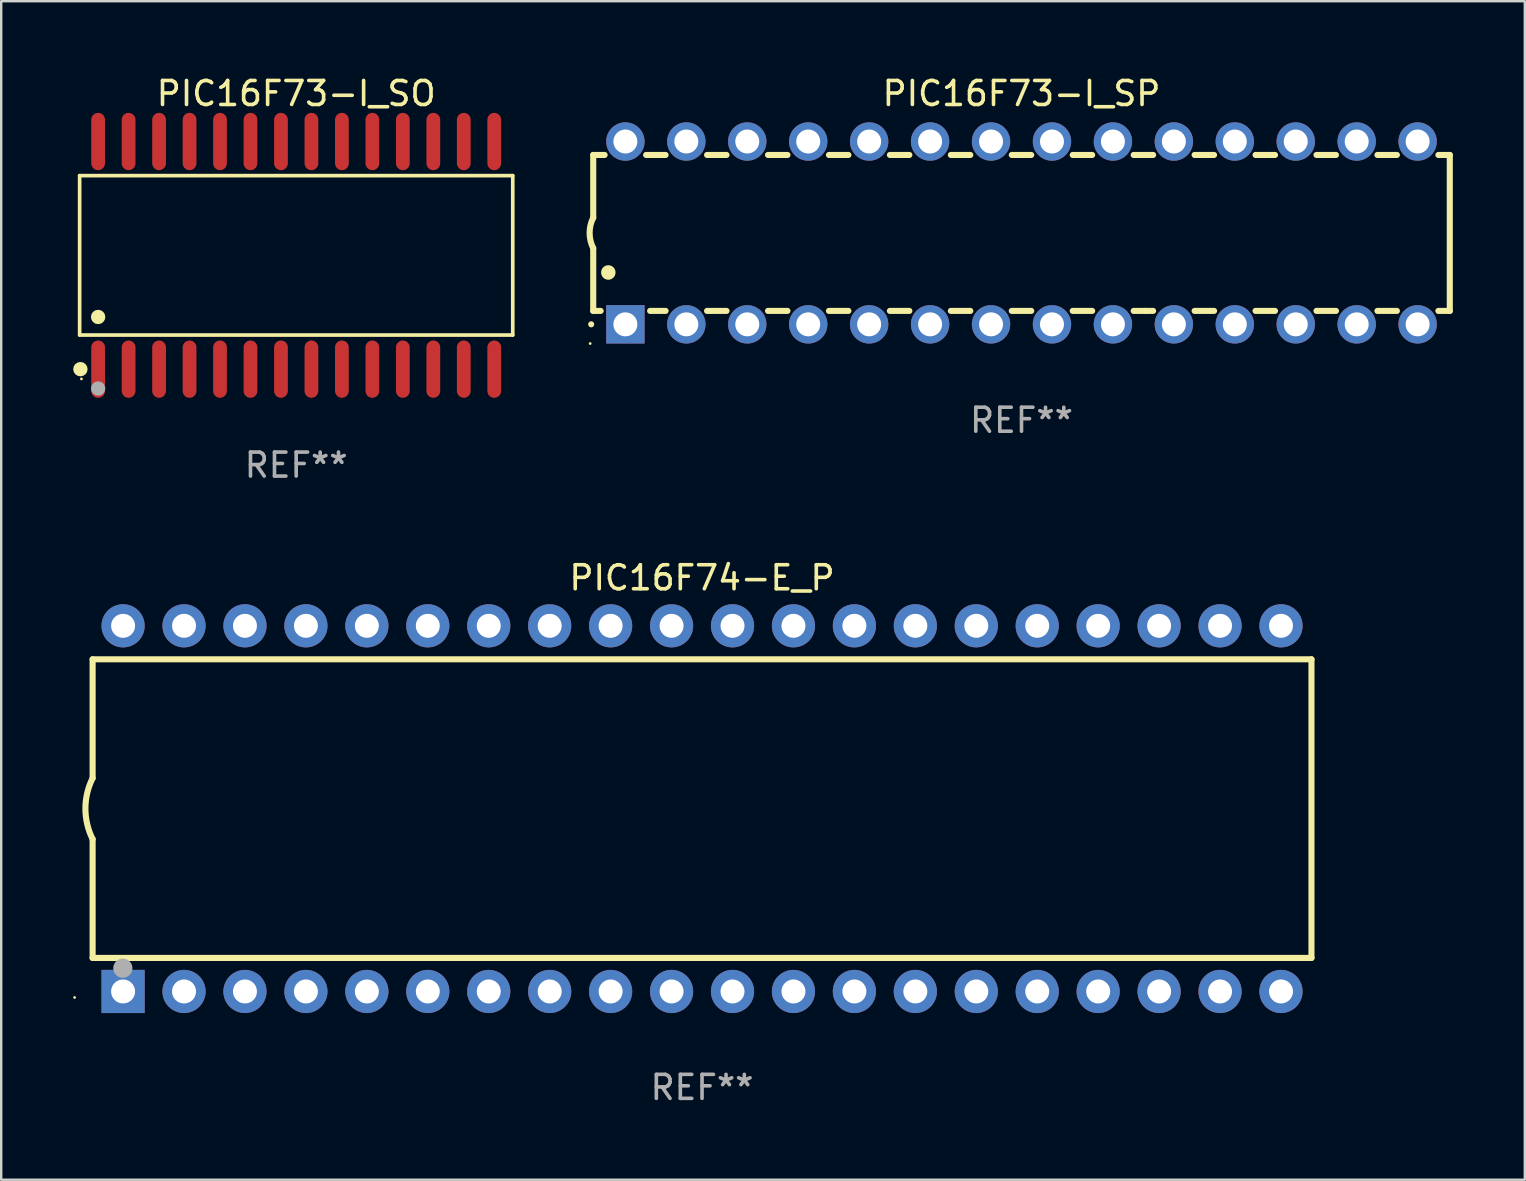
<source format=kicad_pcb>
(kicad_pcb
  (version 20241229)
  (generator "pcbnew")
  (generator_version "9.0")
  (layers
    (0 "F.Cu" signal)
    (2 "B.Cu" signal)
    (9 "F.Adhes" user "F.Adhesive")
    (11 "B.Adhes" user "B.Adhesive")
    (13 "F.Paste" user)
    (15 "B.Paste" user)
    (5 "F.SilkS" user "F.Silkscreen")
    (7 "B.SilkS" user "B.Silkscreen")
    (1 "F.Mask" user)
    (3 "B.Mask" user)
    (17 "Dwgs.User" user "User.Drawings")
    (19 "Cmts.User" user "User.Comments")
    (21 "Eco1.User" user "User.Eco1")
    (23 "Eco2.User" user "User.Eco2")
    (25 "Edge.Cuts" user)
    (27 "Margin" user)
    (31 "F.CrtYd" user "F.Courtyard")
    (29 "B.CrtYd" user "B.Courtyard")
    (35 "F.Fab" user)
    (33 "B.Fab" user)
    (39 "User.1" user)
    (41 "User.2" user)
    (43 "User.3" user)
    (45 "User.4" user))
  (footprint "PIC16F74-E_P"
    (layer "F.Cu")
    (at 26.21 30.653)
    (property "Reference" "PIC16F74-E_P" (at 0 -9.62 0) (layer "F.SilkS") (effects (font (size 1 1) (thickness 0.15))))
    (attr through_hole)
    (fp_line (start -25.4 -6.224) (end -25.4 -1.271) (stroke (width 0.254) (type solid)) (layer "F.SilkS"))
    (fp_line (start -25.4 -6.224) (end 25.4 -6.224) (stroke (width 0.254) (type solid)) (layer "F.SilkS"))
    (fp_line (start -25.4 1.269) (end -25.4 6.222) (stroke (width 0.254) (type solid)) (layer "F.SilkS"))
    (fp_line (start -25.4 6.222) (end 25.4 6.222) (stroke (width 0.254) (type solid)) (layer "F.SilkS"))
    (fp_line (start 25.4 6.222) (end 25.4 -6.224) (stroke (width 0.254) (type solid)) (layer "F.SilkS"))
    (fp_arc (start -25.4 1.269241) (mid -25.699807 -0.000762) (end -25.4 -1.270765) (stroke (width 0.254001) (type solid)) (layer "F.SilkS"))
    (fp_circle (center -26.15 7.87) (end -26.12 7.87) (stroke (width 0.06) (type solid)) (fill no) (layer "F.SilkS"))
    (fp_circle (center -24.14 6.65) (end -23.94 6.65) (stroke (width 0.4) (type solid)) (fill no) (layer "F.Fab"))
    (fp_text user "REF**" (at 0 11.62 0) (layer "F.Fab") (effects (font (size 1 1) (thickness 0.15))))
    (pad "1" thru_hole rect (at -24.13 7.62 90) (size 1.8 1.8) (drill 1) (layers "*.Cu" "*.Mask"))
    (pad "2" thru_hole circle (at -21.59 7.62) (size 1.8 1.8) (drill 1) (layers "*.Cu" "*.Mask"))
    (pad "3" thru_hole circle (at -19.05 7.62) (size 1.8 1.8) (drill 1) (layers "*.Cu" "*.Mask"))
    (pad "4" thru_hole circle (at -16.51 7.62) (size 1.8 1.8) (drill 1) (layers "*.Cu" "*.Mask"))
    (pad "5" thru_hole circle (at -13.97 7.62) (size 1.8 1.8) (drill 1) (layers "*.Cu" "*.Mask"))
    (pad "6" thru_hole circle (at -11.43 7.62) (size 1.8 1.8) (drill 1) (layers "*.Cu" "*.Mask"))
    (pad "7" thru_hole circle (at -8.89 7.62) (size 1.8 1.8) (drill 1) (layers "*.Cu" "*.Mask"))
    (pad "8" thru_hole circle (at -6.35 7.62) (size 1.8 1.8) (drill 1) (layers "*.Cu" "*.Mask"))
    (pad "9" thru_hole circle (at -3.81 7.62) (size 1.8 1.8) (drill 1) (layers "*.Cu" "*.Mask"))
    (pad "10" thru_hole circle (at -1.27 7.62) (size 1.8 1.8) (drill 1) (layers "*.Cu" "*.Mask"))
    (pad "11" thru_hole circle (at 1.27 7.62) (size 1.8 1.8) (drill 1) (layers "*.Cu" "*.Mask"))
    (pad "12" thru_hole circle (at 3.81 7.62) (size 1.8 1.8) (drill 1) (layers "*.Cu" "*.Mask"))
    (pad "13" thru_hole circle (at 6.35 7.62) (size 1.8 1.8) (drill 1) (layers "*.Cu" "*.Mask"))
    (pad "14" thru_hole circle (at 8.89 7.62) (size 1.8 1.8) (drill 1) (layers "*.Cu" "*.Mask"))
    (pad "15" thru_hole circle (at 11.43 7.62) (size 1.8 1.8) (drill 1) (layers "*.Cu" "*.Mask"))
    (pad "16" thru_hole circle (at 13.97 7.62) (size 1.8 1.8) (drill 1) (layers "*.Cu" "*.Mask"))
    (pad "17" thru_hole circle (at 16.51 7.62) (size 1.8 1.8) (drill 1) (layers "*.Cu" "*.Mask"))
    (pad "18" thru_hole circle (at 19.05 7.62) (size 1.8 1.8) (drill 1) (layers "*.Cu" "*.Mask"))
    (pad "19" thru_hole circle (at 21.59 7.62) (size 1.8 1.8) (drill 1) (layers "*.Cu" "*.Mask"))
    (pad "20" thru_hole circle (at 24.13 7.62) (size 1.8 1.8) (drill 1) (layers "*.Cu" "*.Mask"))
    (pad "21" thru_hole circle (at 24.13 -7.62) (size 1.8 1.8) (drill 1) (layers "*.Cu" "*.Mask"))
    (pad "22" thru_hole circle (at 21.59 -7.62) (size 1.8 1.8) (drill 1) (layers "*.Cu" "*.Mask"))
    (pad "23" thru_hole circle (at 19.05 -7.62) (size 1.8 1.8) (drill 1) (layers "*.Cu" "*.Mask"))
    (pad "24" thru_hole circle (at 16.51 -7.62) (size 1.8 1.8) (drill 1) (layers "*.Cu" "*.Mask"))
    (pad "25" thru_hole circle (at 13.97 -7.62) (size 1.8 1.8) (drill 1) (layers "*.Cu" "*.Mask"))
    (pad "26" thru_hole circle (at 11.43 -7.62) (size 1.8 1.8) (drill 1) (layers "*.Cu" "*.Mask"))
    (pad "27" thru_hole circle (at 8.89 -7.62) (size 1.8 1.8) (drill 1) (layers "*.Cu" "*.Mask"))
    (pad "28" thru_hole circle (at 6.35 -7.62) (size 1.8 1.8) (drill 1) (layers "*.Cu" "*.Mask"))
    (pad "29" thru_hole circle (at 3.81 -7.62) (size 1.8 1.8) (drill 1) (layers "*.Cu" "*.Mask"))
    (pad "30" thru_hole circle (at 1.27 -7.62) (size 1.8 1.8) (drill 1) (layers "*.Cu" "*.Mask"))
    (pad "31" thru_hole circle (at -1.27 -7.62) (size 1.8 1.8) (drill 1) (layers "*.Cu" "*.Mask"))
    (pad "32" thru_hole circle (at -3.81 -7.62) (size 1.8 1.8) (drill 1) (layers "*.Cu" "*.Mask"))
    (pad "33" thru_hole circle (at -6.35 -7.62) (size 1.8 1.8) (drill 1) (layers "*.Cu" "*.Mask"))
    (pad "34" thru_hole circle (at -8.89 -7.62) (size 1.8 1.8) (drill 1) (layers "*.Cu" "*.Mask"))
    (pad "35" thru_hole circle (at -11.43 -7.62) (size 1.8 1.8) (drill 1) (layers "*.Cu" "*.Mask"))
    (pad "36" thru_hole circle (at -13.97 -7.62) (size 1.8 1.8) (drill 1) (layers "*.Cu" "*.Mask"))
    (pad "37" thru_hole circle (at -16.51 -7.62) (size 1.8 1.8) (drill 1) (layers "*.Cu" "*.Mask"))
    (pad "38" thru_hole circle (at -19.05 -7.62) (size 1.8 1.8) (drill 1) (layers "*.Cu" "*.Mask"))
    (pad "39" thru_hole circle (at -21.59 -7.62) (size 1.8 1.8) (drill 1) (layers "*.Cu" "*.Mask"))
    (pad "40" thru_hole circle (at -24.13 -7.62) (size 1.8 1.8) (drill 1) (layers "*.Cu" "*.Mask")))
  (footprint "PIC16F73-I_SP"
    (layer "F.Cu")
    (at 39.525 6.658)
    (property "Reference" "PIC16F73-I_SP" (at 0 -5.81 0) (layer "F.SilkS") (effects (font (size 1 1) (thickness 0.15))))
    (attr through_hole)
    (fp_line (start -17.85 -3.25) (end -17.85 -0.635) (stroke (width 0.254) (type solid)) (layer "F.SilkS"))
    (fp_line (start -17.85 3.25) (end -17.85 0.635) (stroke (width 0.254) (type solid)) (layer "F.SilkS"))
    (fp_line (start -17.85 3.25) (end -17.541 3.25) (stroke (width 0.254) (type solid)) (layer "F.SilkS"))
    (fp_line (start -17.375 -3.25) (end -17.85 -3.25) (stroke (width 0.254) (type solid)) (layer "F.SilkS"))
    (fp_line (start -15.479 3.25) (end -14.835 3.25) (stroke (width 0.254) (type solid)) (layer "F.SilkS"))
    (fp_line (start -14.835 -3.25) (end -15.645 -3.25) (stroke (width 0.254) (type solid)) (layer "F.SilkS"))
    (fp_line (start -13.105 3.25) (end -12.295 3.25) (stroke (width 0.254) (type solid)) (layer "F.SilkS"))
    (fp_line (start -12.295 -3.25) (end -13.105 -3.25) (stroke (width 0.254) (type solid)) (layer "F.SilkS"))
    (fp_line (start -10.565 3.25) (end -9.755 3.25) (stroke (width 0.254) (type solid)) (layer "F.SilkS"))
    (fp_line (start -9.755 -3.25) (end -10.565 -3.25) (stroke (width 0.254) (type solid)) (layer "F.SilkS"))
    (fp_line (start -8.025 3.25) (end -7.215 3.25) (stroke (width 0.254) (type solid)) (layer "F.SilkS"))
    (fp_line (start -7.215 -3.25) (end -8.025 -3.25) (stroke (width 0.254) (type solid)) (layer "F.SilkS"))
    (fp_line (start -5.485 3.25) (end -4.675 3.25) (stroke (width 0.254) (type solid)) (layer "F.SilkS"))
    (fp_line (start -4.675 -3.25) (end -5.485 -3.25) (stroke (width 0.254) (type solid)) (layer "F.SilkS"))
    (fp_line (start -2.945 3.25) (end -2.135 3.25) (stroke (width 0.254) (type solid)) (layer "F.SilkS"))
    (fp_line (start -2.135 -3.25) (end -2.945 -3.25) (stroke (width 0.254) (type solid)) (layer "F.SilkS"))
    (fp_line (start -0.405 3.25) (end 0.405 3.25) (stroke (width 0.254) (type solid)) (layer "F.SilkS"))
    (fp_line (start 0.405 -3.25) (end -0.405 -3.25) (stroke (width 0.254) (type solid)) (layer "F.SilkS"))
    (fp_line (start 2.135 3.25) (end 2.945 3.25) (stroke (width 0.254) (type solid)) (layer "F.SilkS"))
    (fp_line (start 2.945 -3.25) (end 2.135 -3.25) (stroke (width 0.254) (type solid)) (layer "F.SilkS"))
    (fp_line (start 4.675 3.25) (end 5.15 3.25) (stroke (width 0.254) (type solid)) (layer "F.SilkS"))
    (fp_line (start 5.15 -3.25) (end 4.675 -3.25) (stroke (width 0.254) (type solid)) (layer "F.SilkS"))
    (fp_line (start 5.15 -3.25) (end 5.485 -3.25) (stroke (width 0.254) (type solid)) (layer "F.SilkS"))
    (fp_line (start 5.15 3.25) (end 5.485 3.25) (stroke (width 0.254) (type solid)) (layer "F.SilkS"))
    (fp_line (start 7.215 -3.25) (end 8.025 -3.25) (stroke (width 0.254) (type solid)) (layer "F.SilkS"))
    (fp_line (start 7.215 3.25) (end 8.025 3.25) (stroke (width 0.254) (type solid)) (layer "F.SilkS"))
    (fp_line (start 9.755 -3.25) (end 10.565 -3.25) (stroke (width 0.254) (type solid)) (layer "F.SilkS"))
    (fp_line (start 9.755 3.25) (end 10.565 3.25) (stroke (width 0.254) (type solid)) (layer "F.SilkS"))
    (fp_line (start 12.295 -3.25) (end 13.105 -3.25) (stroke (width 0.254) (type solid)) (layer "F.SilkS"))
    (fp_line (start 12.295 3.25) (end 13.105 3.25) (stroke (width 0.254) (type solid)) (layer "F.SilkS"))
    (fp_line (start 14.835 -3.25) (end 15.645 -3.25) (stroke (width 0.254) (type solid)) (layer "F.SilkS"))
    (fp_line (start 14.835 3.25) (end 15.645 3.25) (stroke (width 0.254) (type solid)) (layer "F.SilkS"))
    (fp_line (start 17.375 -3.25) (end 17.85 -3.25) (stroke (width 0.254) (type solid)) (layer "F.SilkS"))
    (fp_line (start 17.375 3.25) (end 17.85 3.25) (stroke (width 0.254) (type solid)) (layer "F.SilkS"))
    (fp_line (start 17.85 -3.25) (end 17.85 3.25) (stroke (width 0.254) (type solid)) (layer "F.SilkS"))
    (fp_arc (start -17.934976 3.810008) (mid -17.934983 3.808738) (end -17.934976 3.807468) (stroke (width 0.25) (type solid)) (layer "F.SilkS"))
    (fp_arc (start -17.851155 0.635002) (mid -18.000677 -0.000132) (end -17.850038 -0.635001) (stroke (width 0.254001) (type solid)) (layer "F.SilkS"))
    (fp_arc (start -17.221234 1.651003) (mid -17.221245 1.648463) (end -17.221234 1.645923) (stroke (width 0.6) (type solid)) (layer "F.SilkS"))
    (fp_circle (center -17.977 4.61) (end -17.947 4.61) (stroke (width 0.06) (type solid)) (fill no) (layer "F.SilkS"))
    (fp_text user "REF**" (at 0 7.81 0) (layer "F.Fab") (effects (font (size 1 1) (thickness 0.15))))
    (pad "1" thru_hole rect (at -16.51 3.81 90) (size 1.6 1.6) (drill 1) (layers "*.Cu" "*.Mask"))
    (pad "2" thru_hole circle (at -13.97 3.81 90) (size 1.6 1.6) (drill 1) (layers "*.Cu" "*.Mask"))
    (pad "3" thru_hole circle (at -11.43 3.81 90) (size 1.6 1.6) (drill 1) (layers "*.Cu" "*.Mask"))
    (pad "4" thru_hole circle (at -8.89 3.81 90) (size 1.6 1.6) (drill 1) (layers "*.Cu" "*.Mask"))
    (pad "5" thru_hole circle (at -6.35 3.81 90) (size 1.6 1.6) (drill 1) (layers "*.Cu" "*.Mask"))
    (pad "6" thru_hole circle (at -3.81 3.81 90) (size 1.6 1.6) (drill 1) (layers "*.Cu" "*.Mask"))
    (pad "7" thru_hole circle (at -1.27 3.81 90) (size 1.6 1.6) (drill 1) (layers "*.Cu" "*.Mask"))
    (pad "8" thru_hole circle (at 1.27 3.81 90) (size 1.6 1.6) (drill 1) (layers "*.Cu" "*.Mask"))
    (pad "9" thru_hole circle (at 3.81 3.81 90) (size 1.6 1.6) (drill 1) (layers "*.Cu" "*.Mask"))
    (pad "10" thru_hole circle (at 6.35 3.81 90) (size 1.6 1.6) (drill 1) (layers "*.Cu" "*.Mask"))
    (pad "11" thru_hole circle (at 8.89 3.81 90) (size 1.6 1.6) (drill 1) (layers "*.Cu" "*.Mask"))
    (pad "12" thru_hole circle (at 11.43 3.81 90) (size 1.6 1.6) (drill 1) (layers "*.Cu" "*.Mask"))
    (pad "13" thru_hole circle (at 13.97 3.81 90) (size 1.6 1.6) (drill 1) (layers "*.Cu" "*.Mask"))
    (pad "14" thru_hole circle (at 16.51 3.81 90) (size 1.6 1.6) (drill 1) (layers "*.Cu" "*.Mask"))
    (pad "15" thru_hole circle (at 16.51 -3.81 90) (size 1.6 1.6) (drill 1) (layers "*.Cu" "*.Mask"))
    (pad "16" thru_hole circle (at 13.97 -3.81 90) (size 1.6 1.6) (drill 1) (layers "*.Cu" "*.Mask"))
    (pad "17" thru_hole circle (at 11.43 -3.81 90) (size 1.6 1.6) (drill 1) (layers "*.Cu" "*.Mask"))
    (pad "18" thru_hole circle (at 8.89 -3.81 90) (size 1.6 1.6) (drill 1) (layers "*.Cu" "*.Mask"))
    (pad "19" thru_hole circle (at 6.35 -3.81 90) (size 1.6 1.6) (drill 1) (layers "*.Cu" "*.Mask"))
    (pad "20" thru_hole circle (at 3.81 -3.81 90) (size 1.6 1.6) (drill 1) (layers "*.Cu" "*.Mask"))
    (pad "21" thru_hole circle (at 1.27 -3.81 90) (size 1.6 1.6) (drill 1) (layers "*.Cu" "*.Mask"))
    (pad "22" thru_hole circle (at -1.27 -3.81 90) (size 1.6 1.6) (drill 1) (layers "*.Cu" "*.Mask"))
    (pad "23" thru_hole circle (at -3.81 -3.81 90) (size 1.6 1.6) (drill 1) (layers "*.Cu" "*.Mask"))
    (pad "24" thru_hole circle (at -6.35 -3.81 90) (size 1.6 1.6) (drill 1) (layers "*.Cu" "*.Mask"))
    (pad "25" thru_hole circle (at -8.89 -3.81 90) (size 1.6 1.6) (drill 1) (layers "*.Cu" "*.Mask"))
    (pad "26" thru_hole circle (at -11.43 -3.81 90) (size 1.6 1.6) (drill 1) (layers "*.Cu" "*.Mask"))
    (pad "27" thru_hole circle (at -13.97 -3.81 90) (size 1.6 1.6) (drill 1) (layers "*.Cu" "*.Mask"))
    (pad "28" thru_hole circle (at -16.51 -3.81 90) (size 1.6 1.6) (drill 1) (layers "*.Cu" "*.Mask")))
  (footprint "PIC16F73-I_SO"
    (layer "F.Cu")
    (at 9.295 7.592)
    (property "Reference" "PIC16F73-I_SO" (at 0 -6.744 0) (layer "F.SilkS") (effects (font (size 1 1) (thickness 0.15))))
    (attr through_hole)
    (fp_line (start -9.026 -3.321) (end 9.026 -3.321) (stroke (width 0.152) (type solid)) (layer "F.SilkS"))
    (fp_line (start -9.026 3.321) (end -9.026 -3.321) (stroke (width 0.152) (type solid)) (layer "F.SilkS"))
    (fp_line (start 9.026 -3.321) (end 9.026 3.321) (stroke (width 0.152) (type solid)) (layer "F.SilkS"))
    (fp_line (start 9.026 3.321) (end -9.026 3.321) (stroke (width 0.152) (type solid)) (layer "F.SilkS"))
    (fp_circle (center -8.994 4.744) (end -8.844 4.744) (stroke (width 0.3) (type solid)) (fill no) (layer "F.SilkS"))
    (fp_circle (center -8.95 5.15) (end -8.92 5.15) (stroke (width 0.06) (type solid)) (fill no) (layer "F.SilkS"))
    (fp_circle (center -8.255 2.569) (end -8.105 2.569) (stroke (width 0.3) (type solid)) (fill no) (layer "F.SilkS"))
    (fp_circle (center -8.255 5.55) (end -8.105 5.55) (stroke (width 0.3) (type solid)) (fill no) (layer "F.Fab"))
    (fp_text user "REF**" (at 0 8.744 0) (layer "F.Fab") (effects (font (size 1 1) (thickness 0.15))))
    (pad "1" smd oval (at -8.255 4.744) (size 0.574 2.388) (layers "F.Cu" "F.Mask" "F.Paste"))
    (pad "2" smd oval (at -6.985 4.744) (size 0.574 2.388) (layers "F.Cu" "F.Mask" "F.Paste"))
    (pad "3" smd oval (at -5.715 4.744) (size 0.574 2.388) (layers "F.Cu" "F.Mask" "F.Paste"))
    (pad "4" smd oval (at -4.445 4.744) (size 0.574 2.388) (layers "F.Cu" "F.Mask" "F.Paste"))
    (pad "5" smd oval (at -3.175 4.744) (size 0.574 2.388) (layers "F.Cu" "F.Mask" "F.Paste"))
    (pad "6" smd oval (at -1.905 4.744) (size 0.574 2.388) (layers "F.Cu" "F.Mask" "F.Paste"))
    (pad "7" smd oval (at -0.635 4.744) (size 0.574 2.388) (layers "F.Cu" "F.Mask" "F.Paste"))
    (pad "8" smd oval (at 0.635 4.744) (size 0.574 2.388) (layers "F.Cu" "F.Mask" "F.Paste"))
    (pad "9" smd oval (at 1.905 4.744) (size 0.574 2.388) (layers "F.Cu" "F.Mask" "F.Paste"))
    (pad "10" smd oval (at 3.175 4.744) (size 0.574 2.388) (layers "F.Cu" "F.Mask" "F.Paste"))
    (pad "11" smd oval (at 4.445 4.744) (size 0.574 2.388) (layers "F.Cu" "F.Mask" "F.Paste"))
    (pad "12" smd oval (at 5.715 4.744) (size 0.574 2.388) (layers "F.Cu" "F.Mask" "F.Paste"))
    (pad "13" smd oval (at 6.985 4.744) (size 0.574 2.388) (layers "F.Cu" "F.Mask" "F.Paste"))
    (pad "14" smd oval (at 8.255 4.744) (size 0.574 2.388) (layers "F.Cu" "F.Mask" "F.Paste"))
    (pad "15" smd oval (at 8.255 -4.744) (size 0.574 2.388) (layers "F.Cu" "F.Mask" "F.Paste"))
    (pad "16" smd oval (at 6.985 -4.744) (size 0.574 2.388) (layers "F.Cu" "F.Mask" "F.Paste"))
    (pad "17" smd oval (at 5.715 -4.744) (size 0.574 2.388) (layers "F.Cu" "F.Mask" "F.Paste"))
    (pad "18" smd oval (at 4.445 -4.744) (size 0.574 2.388) (layers "F.Cu" "F.Mask" "F.Paste"))
    (pad "19" smd oval (at 3.175 -4.744) (size 0.574 2.388) (layers "F.Cu" "F.Mask" "F.Paste"))
    (pad "20" smd oval (at 1.905 -4.744) (size 0.574 2.388) (layers "F.Cu" "F.Mask" "F.Paste"))
    (pad "21" smd oval (at 0.635 -4.744) (size 0.574 2.388) (layers "F.Cu" "F.Mask" "F.Paste"))
    (pad "22" smd oval (at -0.635 -4.744) (size 0.574 2.388) (layers "F.Cu" "F.Mask" "F.Paste"))
    (pad "23" smd oval (at -1.905 -4.744) (size 0.574 2.388) (layers "F.Cu" "F.Mask" "F.Paste"))
    (pad "24" smd oval (at -3.175 -4.744) (size 0.574 2.388) (layers "F.Cu" "F.Mask" "F.Paste"))
    (pad "25" smd oval (at -4.445 -4.744) (size 0.574 2.388) (layers "F.Cu" "F.Mask" "F.Paste"))
    (pad "26" smd oval (at -5.715 -4.744) (size 0.574 2.388) (layers "F.Cu" "F.Mask" "F.Paste"))
    (pad "27" smd oval (at -6.985 -4.744) (size 0.574 2.388) (layers "F.Cu" "F.Mask" "F.Paste"))
    (pad "28" smd oval (at -8.255 -4.744) (size 0.574 2.388) (layers "F.Cu" "F.Mask" "F.Paste")))
  (gr_rect
    (start -3 -3)
    (end 60.502 46.121)
    (stroke (width 0.1) (type default))
    (fill no)
    (layer "Edge.Cuts")))
</source>
